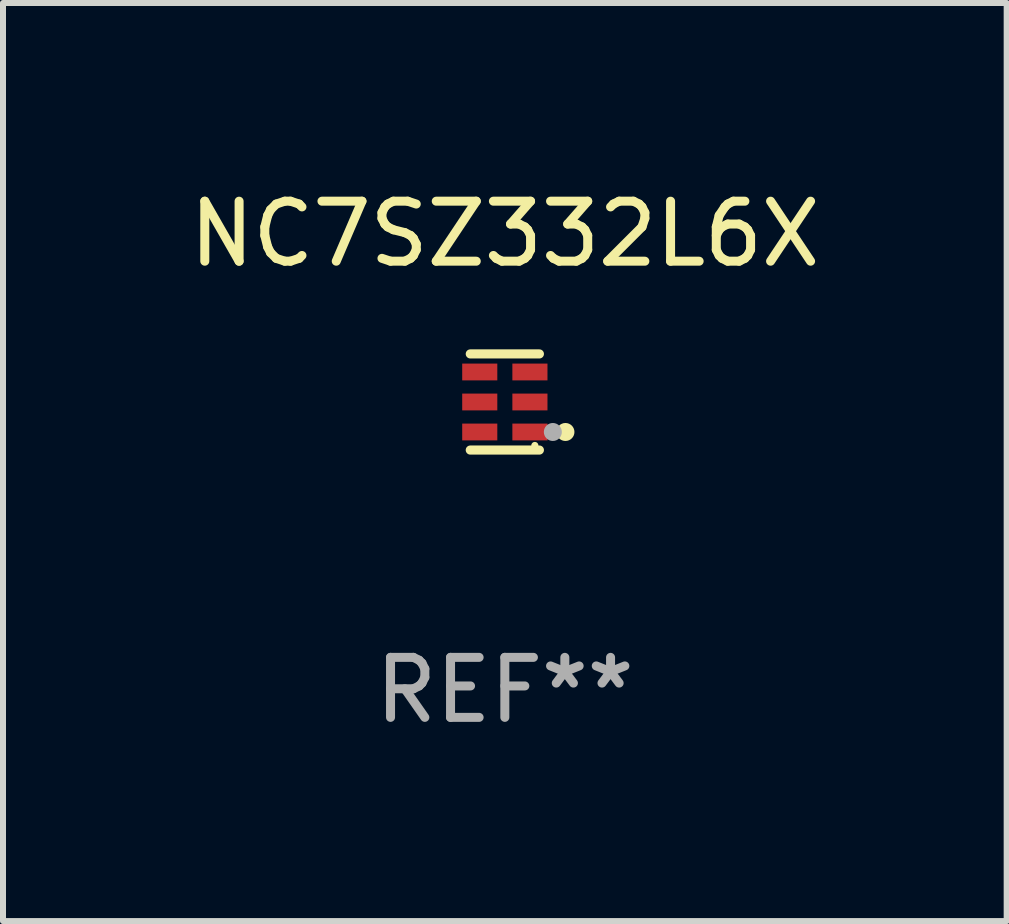
<source format=kicad_pcb>
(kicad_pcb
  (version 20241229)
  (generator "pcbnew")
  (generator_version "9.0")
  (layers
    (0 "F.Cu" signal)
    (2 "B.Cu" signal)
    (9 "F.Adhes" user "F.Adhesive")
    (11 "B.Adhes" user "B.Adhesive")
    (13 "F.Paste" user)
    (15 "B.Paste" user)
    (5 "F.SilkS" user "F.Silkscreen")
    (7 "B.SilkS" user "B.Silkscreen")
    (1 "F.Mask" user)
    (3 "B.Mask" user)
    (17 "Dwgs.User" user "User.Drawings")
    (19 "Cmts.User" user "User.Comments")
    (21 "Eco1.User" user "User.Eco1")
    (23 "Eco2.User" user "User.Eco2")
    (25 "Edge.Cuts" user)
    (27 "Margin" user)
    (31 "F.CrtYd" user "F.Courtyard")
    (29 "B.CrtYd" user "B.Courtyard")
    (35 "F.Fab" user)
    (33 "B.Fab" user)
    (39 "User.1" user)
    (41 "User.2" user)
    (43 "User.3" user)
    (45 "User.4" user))
  (footprint "NC7SZ332L6X"
    (layer "F.Cu")
    (at 5.363 3.649)
    (property "Reference" "NC7SZ332L6X" (at 0 -2.801 0) (layer "F.SilkS") (effects (font (size 1 1) (thickness 0.15))))
    (attr through_hole)
    (fp_line (start 0.576 -0.801) (end -0.576 -0.801) (stroke (width 0.152) (type solid)) (layer "F.SilkS"))
    (fp_line (start 0.576 0.801) (end -0.576 0.801) (stroke (width 0.152) (type solid)) (layer "F.SilkS"))
    (fp_circle (center 0.5 0.725) (end 0.53 0.725) (stroke (width 0.06) (type solid)) (fill no) (layer "F.SilkS"))
    (fp_circle (center 1.01 0.5) (end 1.085 0.5) (stroke (width 0.15) (type solid)) (fill no) (layer "F.SilkS"))
    (fp_circle (center 0.8 0.5) (end 0.875 0.5) (stroke (width 0.15) (type solid)) (fill no) (layer "F.Fab"))
    (fp_text user "REF**" (at 0 4.801 0) (layer "F.Fab") (effects (font (size 1 1) (thickness 0.15))))
    (pad "1" smd rect (at 0.418 0.5 90) (size 0.28 0.585) (layers "F.Cu" "F.Mask" "F.Paste"))
    (pad "2" smd rect (at 0.418 0 90) (size 0.28 0.585) (layers "F.Cu" "F.Mask" "F.Paste"))
    (pad "3" smd rect (at 0.418 -0.5 90) (size 0.28 0.585) (layers "F.Cu" "F.Mask" "F.Paste"))
    (pad "4" smd rect (at -0.418 -0.5 90) (size 0.28 0.585) (layers "F.Cu" "F.Mask" "F.Paste"))
    (pad "5" smd rect (at -0.418 0 90) (size 0.28 0.585) (layers "F.Cu" "F.Mask" "F.Paste"))
    (pad "6" smd rect (at -0.418 0.5 90) (size 0.28 0.585) (layers "F.Cu" "F.Mask" "F.Paste")))
  (gr_rect
    (start -3 -3)
    (end 13.726 12.299)
    (stroke (width 0.1) (type default))
    (fill no)
    (layer "Edge.Cuts")))
</source>
